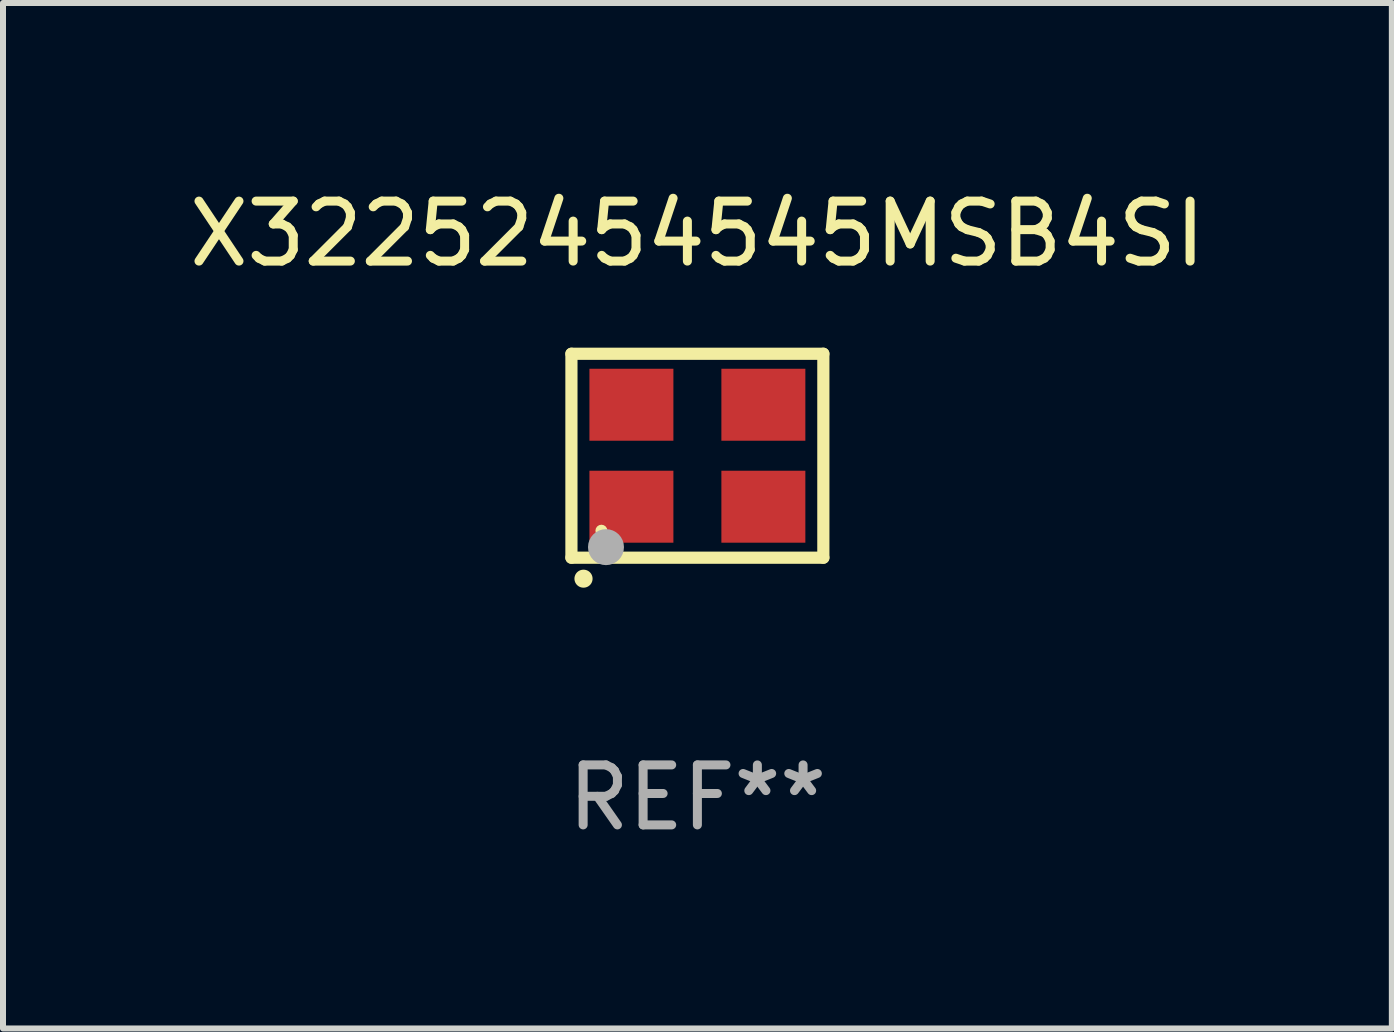
<source format=kicad_pcb>
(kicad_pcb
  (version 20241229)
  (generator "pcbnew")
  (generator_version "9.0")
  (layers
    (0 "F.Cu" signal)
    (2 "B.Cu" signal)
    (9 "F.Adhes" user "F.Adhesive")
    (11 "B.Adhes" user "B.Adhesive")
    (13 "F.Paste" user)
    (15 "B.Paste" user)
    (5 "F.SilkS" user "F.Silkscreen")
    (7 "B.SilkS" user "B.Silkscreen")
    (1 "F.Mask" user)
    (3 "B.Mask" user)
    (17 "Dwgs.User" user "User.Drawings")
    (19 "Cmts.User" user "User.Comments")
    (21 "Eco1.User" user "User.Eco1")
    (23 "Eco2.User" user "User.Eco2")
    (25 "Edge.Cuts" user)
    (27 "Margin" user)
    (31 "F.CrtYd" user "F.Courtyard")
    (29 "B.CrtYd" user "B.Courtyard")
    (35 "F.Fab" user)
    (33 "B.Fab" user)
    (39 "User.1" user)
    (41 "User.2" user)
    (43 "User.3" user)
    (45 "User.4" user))
  (footprint "X32252454545MSB4SI"
    (layer "F.Cu")
    (at 8.577 4.548)
    (property "Reference" "X32252454545MSB4SI" (at 0 -3.7 0) (layer "F.SilkS") (effects (font (size 1 1) (thickness 0.15))))
    (attr through_hole)
    (fp_line (start -2.1 -1.7) (end -2.1 1.7) (stroke (width 0.203) (type solid)) (layer "F.SilkS"))
    (fp_line (start -2.1 1.7) (end 2.1 1.7) (stroke (width 0.203) (type solid)) (layer "F.SilkS"))
    (fp_line (start 2.1 -1.7) (end -2.1 -1.7) (stroke (width 0.203) (type solid)) (layer "F.SilkS"))
    (fp_line (start 2.1 1.7) (end 2.1 -1.7) (stroke (width 0.203) (type solid)) (layer "F.SilkS"))
    (fp_arc (start -1.899924 2.049784) (mid -1.898654 2.049779) (end -1.897384 2.049784) (stroke (width 0.3) (type solid)) (layer "F.SilkS"))
    (fp_circle (center -1.6 1.25) (end -1.55 1.25) (stroke (width 0.1) (type solid)) (fill no) (layer "F.SilkS"))
    (fp_circle (center -1.524 1.524) (end -1.374 1.524) (stroke (width 0.3) (type solid)) (fill no) (layer "F.Fab"))
    (fp_text user "REF**" (at 0 5.7 0) (layer "F.Fab") (effects (font (size 1 1) (thickness 0.15))))
    (pad "1" smd rect (at -1.1 0.85) (size 1.4 1.2) (layers "F.Cu" "F.Mask" "F.Paste"))
    (pad "2" smd rect (at 1.1 0.85) (size 1.4 1.2) (layers "F.Cu" "F.Mask" "F.Paste"))
    (pad "3" smd rect (at 1.1 -0.85) (size 1.4 1.2) (layers "F.Cu" "F.Mask" "F.Paste"))
    (pad "4" smd rect (at -1.1 -0.85) (size 1.4 1.2) (layers "F.Cu" "F.Mask" "F.Paste")))
  (gr_rect
    (start -3 -3)
    (end 20.155 14.097)
    (stroke (width 0.1) (type default))
    (fill no)
    (layer "Edge.Cuts")))
</source>
